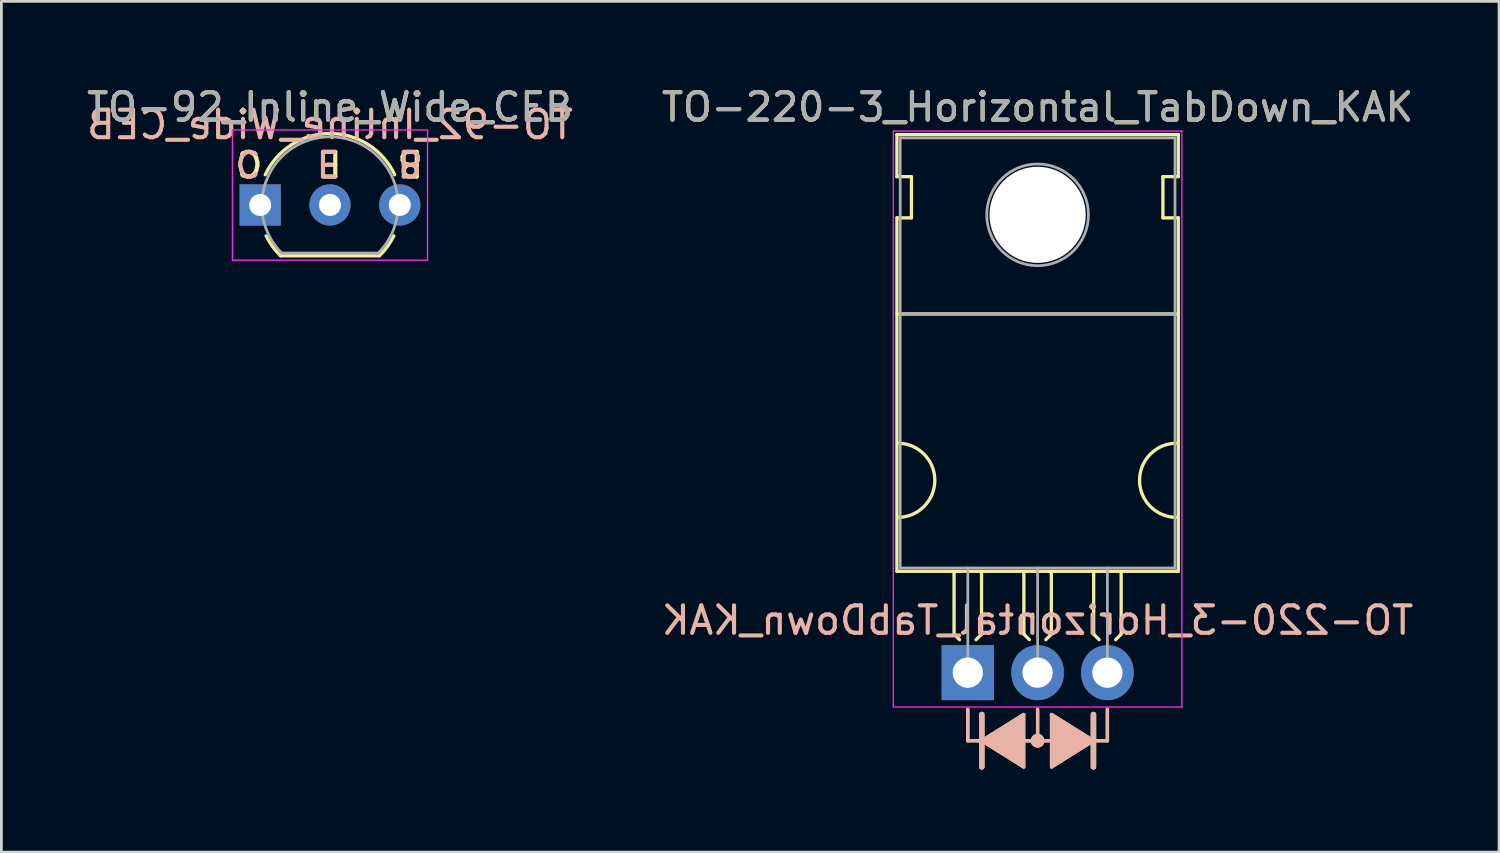
<source format=kicad_pcb>
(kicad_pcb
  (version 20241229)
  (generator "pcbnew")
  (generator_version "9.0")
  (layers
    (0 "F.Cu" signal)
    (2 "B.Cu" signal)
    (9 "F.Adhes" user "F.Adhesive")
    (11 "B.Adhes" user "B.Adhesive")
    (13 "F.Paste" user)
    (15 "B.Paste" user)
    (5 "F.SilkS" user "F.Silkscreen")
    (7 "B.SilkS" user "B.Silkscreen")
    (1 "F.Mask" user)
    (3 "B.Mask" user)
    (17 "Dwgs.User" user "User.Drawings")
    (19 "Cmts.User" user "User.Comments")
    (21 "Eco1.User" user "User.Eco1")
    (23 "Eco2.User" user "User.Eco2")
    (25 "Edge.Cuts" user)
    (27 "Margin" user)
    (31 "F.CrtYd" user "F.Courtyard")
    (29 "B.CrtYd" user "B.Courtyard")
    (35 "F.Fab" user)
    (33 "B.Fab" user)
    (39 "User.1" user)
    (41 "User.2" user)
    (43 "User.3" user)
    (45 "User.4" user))
  (footprint "TO-220-3_Horizontal_TabDown_KAK"
    (layer "F.Cu")
    (at 32.168 21.428)
    (property "Reference" "TO-220-3_Horizontal_TabDown_KAK" (at 2.54 -20.58 0) (layer "F.SilkS") (effects (font (size 1 1) (thickness 0.15))))
    (fp_line (start -2.58 -19.58) (end -2.58 -18.05) (stroke (width 0.12) (type solid)) (layer "F.SilkS"))
    (fp_line (start -2.58 -19.58) (end 7.66 -19.58) (stroke (width 0.12) (type solid)) (layer "F.SilkS"))
    (fp_line (start -2.58 -18.05) (end -2.05 -18.05) (stroke (width 0.12) (type solid)) (layer "F.SilkS"))
    (fp_line (start -2.58 -16.55) (end -2.58 -3.69) (stroke (width 0.12) (type solid)) (layer "F.SilkS"))
    (fp_line (start -2.58 -3.69) (end 7.66 -3.69) (stroke (width 0.12) (type solid)) (layer "F.SilkS"))
    (fp_line (start -2.575 -13.05) (end 7.65 -13.05) (stroke (width 0.12) (type solid)) (layer "F.SilkS"))
    (fp_line (start -2.05 -18.05) (end -2.05 -16.55) (stroke (width 0.12) (type solid)) (layer "F.SilkS"))
    (fp_line (start -2.05 -16.55) (end -2.575 -16.55) (stroke (width 0.12) (type solid)) (layer "F.SilkS"))
    (fp_line (start -0.5 -3.65) (end -0.5 -1.4) (stroke (width 0.12) (type solid)) (layer "F.SilkS"))
    (fp_line (start -0.5 -1.4) (end -0.3 -1.2) (stroke (width 0.12) (type solid)) (layer "F.SilkS"))
    (fp_line (start 0 1.333) (end 0 2.477) (stroke (width 0.12) (type solid)) (layer "F.SilkS"))
    (fp_line (start 0 2.477) (end 0.508 2.477) (stroke (width 0.12) (type solid)) (layer "F.SilkS"))
    (fp_line (start 0.5 -3.65) (end 0.5 -1.4) (stroke (width 0.12) (type solid)) (layer "F.SilkS"))
    (fp_line (start 0.5 -1.4) (end 0.3 -1.2) (stroke (width 0.12) (type solid)) (layer "F.SilkS"))
    (fp_line (start 0.508 1.524) (end 0.508 3.429) (stroke (width 0.2) (type solid)) (layer "F.SilkS"))
    (fp_line (start 0.508 2.477) (end 2.032 1.524) (stroke (width 0.12) (type solid)) (layer "F.SilkS"))
    (fp_line (start 0.508 2.477) (end 2.032 3.429) (stroke (width 0.12) (type solid)) (layer "F.SilkS"))
    (fp_line (start 2.032 1.714) (end 2.032 1.524) (stroke (width 0.12) (type solid)) (layer "F.SilkS"))
    (fp_line (start 2.032 3.429) (end 2.032 1.714) (stroke (width 0.12) (type solid)) (layer "F.SilkS"))
    (fp_line (start 2.04 -3.65) (end 2.04 -1.4) (stroke (width 0.12) (type solid)) (layer "F.SilkS"))
    (fp_line (start 2.04 -1.4) (end 2.24 -1.2) (stroke (width 0.12) (type solid)) (layer "F.SilkS"))
    (fp_line (start 2.54 1.333) (end 2.54 2.477) (stroke (width 0.12) (type solid)) (layer "F.SilkS"))
    (fp_line (start 2.54 2.477) (end 2.032 2.477) (stroke (width 0.12) (type solid)) (layer "F.SilkS"))
    (fp_line (start 2.54 2.477) (end 3.048 2.477) (stroke (width 0.12) (type solid)) (layer "F.SilkS"))
    (fp_line (start 3.04 -3.65) (end 3.04 -1.4) (stroke (width 0.12) (type solid)) (layer "F.SilkS"))
    (fp_line (start 3.04 -1.4) (end 2.84 -1.2) (stroke (width 0.12) (type solid)) (layer "F.SilkS"))
    (fp_line (start 3.048 1.524) (end 3.048 3.429) (stroke (width 0.12) (type solid)) (layer "F.SilkS"))
    (fp_line (start 3.048 3.429) (end 4.572 2.477) (stroke (width 0.12) (type solid)) (layer "F.SilkS"))
    (fp_line (start 4.572 2.477) (end 3.048 1.524) (stroke (width 0.12) (type solid)) (layer "F.SilkS"))
    (fp_line (start 4.572 3.429) (end 4.572 1.524) (stroke (width 0.2) (type solid)) (layer "F.SilkS"))
    (fp_line (start 4.58 -3.65) (end 4.58 -1.4) (stroke (width 0.12) (type solid)) (layer "F.SilkS"))
    (fp_line (start 4.58 -1.4) (end 4.78 -1.2) (stroke (width 0.12) (type solid)) (layer "F.SilkS"))
    (fp_line (start 5.08 1.333) (end 5.08 2.477) (stroke (width 0.12) (type solid)) (layer "F.SilkS"))
    (fp_line (start 5.08 2.477) (end 4.572 2.477) (stroke (width 0.12) (type solid)) (layer "F.SilkS"))
    (fp_line (start 5.58 -3.65) (end 5.58 -1.4) (stroke (width 0.12) (type solid)) (layer "F.SilkS"))
    (fp_line (start 5.58 -1.4) (end 5.38 -1.2) (stroke (width 0.12) (type solid)) (layer "F.SilkS"))
    (fp_line (start 7.1 -18.05) (end 7.66 -18.05) (stroke (width 0.12) (type solid)) (layer "F.SilkS"))
    (fp_line (start 7.1 -16.55) (end 7.1 -18.05) (stroke (width 0.12) (type solid)) (layer "F.SilkS"))
    (fp_line (start 7.66 -19.58) (end 7.66 -18.05) (stroke (width 0.12) (type solid)) (layer "F.SilkS"))
    (fp_line (start 7.66 -16.55) (end 7.1 -16.55) (stroke (width 0.12) (type solid)) (layer "F.SilkS"))
    (fp_line (start 7.66 -16.55) (end 7.66 -3.69) (stroke (width 0.12) (type solid)) (layer "F.SilkS"))
    (fp_arc (start -2.55 -8.35) (mid -1.2 -7) (end -2.55 -5.65) (stroke (width 0.12) (type solid)) (layer "F.SilkS"))
    (fp_arc (start 7.6 -5.65) (mid 6.25 -7) (end 7.6 -8.35) (stroke (width 0.12) (type solid)) (layer "F.SilkS"))
    (fp_circle (center 2.54 2.477) (end 2.54 2.54) (stroke (width 0.12) (type solid)) (fill no) (layer "F.SilkS"))
    (fp_circle (center 2.54 2.477) (end 2.54 2.603) (stroke (width 0.12) (type solid)) (fill no) (layer "F.SilkS"))
    (fp_circle (center 2.54 2.477) (end 2.54 2.667) (stroke (width 0.12) (type solid)) (fill no) (layer "F.SilkS"))
    (fp_poly (pts (xy 0.508 2.477) (xy 2.032 1.524) (xy 2.032 3.429)) (stroke (width 0.1) (type solid)) (fill yes) (layer "F.SilkS"))
    (fp_poly (pts (xy 3.048 1.524) (xy 4.572 2.477) (xy 3.048 3.429)) (stroke (width 0.1) (type solid)) (fill yes) (layer "F.SilkS"))
    (fp_line (start 0 1.333) (end 0 2.477) (stroke (width 0.12) (type solid)) (layer "B.SilkS"))
    (fp_line (start 0 2.477) (end 0.508 2.477) (stroke (width 0.12) (type solid)) (layer "B.SilkS"))
    (fp_line (start 0.508 2.477) (end 2.032 1.524) (stroke (width 0.12) (type solid)) (layer "B.SilkS"))
    (fp_line (start 0.508 3.429) (end 0.508 1.524) (stroke (width 0.2) (type solid)) (layer "B.SilkS"))
    (fp_line (start 2.032 1.524) (end 2.032 3.429) (stroke (width 0.12) (type solid)) (layer "B.SilkS"))
    (fp_line (start 2.032 3.429) (end 0.508 2.477) (stroke (width 0.12) (type solid)) (layer "B.SilkS"))
    (fp_line (start 2.54 1.333) (end 2.54 2.477) (stroke (width 0.12) (type solid)) (layer "B.SilkS"))
    (fp_line (start 2.54 2.477) (end 2.032 2.477) (stroke (width 0.12) (type solid)) (layer "B.SilkS"))
    (fp_line (start 2.54 2.477) (end 3.048 2.477) (stroke (width 0.12) (type solid)) (layer "B.SilkS"))
    (fp_line (start 3.048 1.714) (end 3.048 1.524) (stroke (width 0.12) (type solid)) (layer "B.SilkS"))
    (fp_line (start 3.048 3.429) (end 3.048 1.714) (stroke (width 0.12) (type solid)) (layer "B.SilkS"))
    (fp_line (start 4.572 1.524) (end 4.572 3.429) (stroke (width 0.2) (type solid)) (layer "B.SilkS"))
    (fp_line (start 4.572 2.477) (end 3.048 1.524) (stroke (width 0.12) (type solid)) (layer "B.SilkS"))
    (fp_line (start 4.572 2.477) (end 3.048 3.429) (stroke (width 0.12) (type solid)) (layer "B.SilkS"))
    (fp_line (start 5.08 1.333) (end 5.08 2.477) (stroke (width 0.12) (type solid)) (layer "B.SilkS"))
    (fp_line (start 5.08 2.477) (end 4.572 2.477) (stroke (width 0.12) (type solid)) (layer "B.SilkS"))
    (fp_circle (center 2.54 2.477) (end 2.54 2.54) (stroke (width 0.12) (type solid)) (fill no) (layer "B.SilkS"))
    (fp_circle (center 2.54 2.477) (end 2.54 2.603) (stroke (width 0.12) (type solid)) (fill no) (layer "B.SilkS"))
    (fp_circle (center 2.54 2.477) (end 2.54 2.667) (stroke (width 0.12) (type solid)) (fill no) (layer "B.SilkS"))
    (fp_poly (pts (xy 2.032 1.524) (xy 0.508 2.477) (xy 2.032 3.429)) (stroke (width 0.1) (type solid)) (fill yes) (layer "B.SilkS"))
    (fp_poly (pts (xy 4.572 2.477) (xy 3.048 1.524) (xy 3.048 3.429)) (stroke (width 0.1) (type solid)) (fill yes) (layer "B.SilkS"))
    (fp_line (start -2.71 -19.71) (end -2.71 1.25) (stroke (width 0.05) (type solid)) (layer "F.CrtYd"))
    (fp_line (start -2.71 1.25) (end 7.79 1.25) (stroke (width 0.05) (type solid)) (layer "F.CrtYd"))
    (fp_line (start 7.79 -19.71) (end -2.71 -19.71) (stroke (width 0.05) (type solid)) (layer "F.CrtYd"))
    (fp_line (start 7.79 1.25) (end 7.79 -19.71) (stroke (width 0.05) (type solid)) (layer "F.CrtYd"))
    (fp_line (start -2.46 -19.46) (end 7.54 -19.46) (stroke (width 0.1) (type solid)) (layer "F.Fab"))
    (fp_line (start -2.46 -13.06) (end -2.46 -19.46) (stroke (width 0.1) (type solid)) (layer "F.Fab"))
    (fp_line (start -2.46 -13.06) (end 7.54 -13.06) (stroke (width 0.1) (type solid)) (layer "F.Fab"))
    (fp_line (start -2.46 -3.81) (end -2.46 -13.06) (stroke (width 0.1) (type solid)) (layer "F.Fab"))
    (fp_line (start 0 -3.81) (end 0 0) (stroke (width 0.1) (type solid)) (layer "F.Fab"))
    (fp_line (start 2.54 -3.81) (end 2.54 0) (stroke (width 0.1) (type solid)) (layer "F.Fab"))
    (fp_line (start 5.08 -3.81) (end 5.08 0) (stroke (width 0.1) (type solid)) (layer "F.Fab"))
    (fp_line (start 7.54 -19.46) (end 7.54 -13.06) (stroke (width 0.1) (type solid)) (layer "F.Fab"))
    (fp_line (start 7.54 -13.06) (end -2.46 -13.06) (stroke (width 0.1) (type solid)) (layer "F.Fab"))
    (fp_line (start 7.54 -13.06) (end 7.54 -3.81) (stroke (width 0.1) (type solid)) (layer "F.Fab"))
    (fp_line (start 7.54 -3.81) (end -2.46 -3.81) (stroke (width 0.1) (type solid)) (layer "F.Fab"))
    (fp_circle (center 2.54 -16.66) (end 4.39 -16.66) (stroke (width 0.1) (type solid)) (fill no) (layer "F.Fab"))
    (fp_text user "${REFERENCE}" (at 2.54 -1.905 0) (layer "B.SilkS") (effects (font (size 1 1) (thickness 0.15)) (justify mirror)))
    (fp_text user "${REFERENCE}" (at 2.54 -20.58 0) (layer "F.Fab") (effects (font (size 1 1) (thickness 0.15))))
    (pad "" np_thru_hole oval (at 2.54 -16.66) (size 3.5 3.5) (drill 3.5) (layers "*.Cu" "*.Mask"))
    (pad "1" thru_hole rect (at 0 0) (size 1.905 2) (drill 1.1) (layers "*.Cu" "*.Mask"))
    (pad "2" thru_hole oval (at 2.54 0) (size 1.905 2) (drill 1.1) (layers "*.Cu" "*.Mask"))
    (pad "3" thru_hole oval (at 5.08 0) (size 1.905 2) (drill 1.1) (layers "*.Cu" "*.Mask")))
  (footprint "TO-92_Inline_Wide_CEB"
    (layer "F.Cu")
    (at 6.418 4.408)
    (property "Reference" "TO-92_Inline_Wide_CEB" (at 2.54 -3.56 0) (layer "F.SilkS") (effects (font (size 1 1) (thickness 0.15))))
    (fp_line (start 0.74 1.85) (end 4.34 1.85) (stroke (width 0.12) (type solid)) (layer "F.SilkS"))
    (fp_arc (start 0.1836 -1.098807) (mid 1.143021 -2.192817) (end 2.54 -2.6) (stroke (width 0.12) (type solid)) (layer "F.SilkS"))
    (fp_arc (start 0.74 1.85) (mid 0.446097 1.509328) (end 0.215816 1.122795) (stroke (width 0.12) (type solid)) (layer "F.SilkS"))
    (fp_arc (start 2.54 -2.6) (mid 3.936979 -2.192818) (end 4.8964 -1.098807) (stroke (width 0.12) (type solid)) (layer "F.SilkS"))
    (fp_arc (start 4.864184 1.122795) (mid 4.633903 1.509328) (end 4.34 1.85) (stroke (width 0.12) (type solid)) (layer "F.SilkS"))
    (fp_line (start -1.01 -2.73) (end -1.01 2.01) (stroke (width 0.05) (type solid)) (layer "F.CrtYd"))
    (fp_line (start -1.01 -2.73) (end 6.09 -2.73) (stroke (width 0.05) (type solid)) (layer "F.CrtYd"))
    (fp_line (start 6.09 2.01) (end -1.01 2.01) (stroke (width 0.05) (type solid)) (layer "F.CrtYd"))
    (fp_line (start 6.09 2.01) (end 6.09 -2.73) (stroke (width 0.05) (type solid)) (layer "F.CrtYd"))
    (fp_line (start 0.8 1.75) (end 4.3 1.75) (stroke (width 0.1) (type solid)) (layer "F.Fab"))
    (fp_arc (start 0.786375 1.753625) (mid 0.248779 -0.949055) (end 2.54 -2.48) (stroke (width 0.1) (type solid)) (layer "F.Fab"))
    (fp_arc (start 2.54 -2.48) (mid 4.831221 -0.949055) (end 4.293625 1.753625) (stroke (width 0.1) (type solid)) (layer "F.Fab"))
    (fp_text user "C" (at -0.381 -1.524 180) (unlocked yes) (layer "F.SilkS") (effects (font (size 0.9 0.9) (thickness 0.15))))
    (fp_text user "B" (at 5.461 -1.524 180) (unlocked yes) (layer "F.SilkS") (effects (font (size 0.9 0.9) (thickness 0.15))))
    (fp_text user "E" (at 2.54 -1.524 180) (unlocked yes) (layer "F.SilkS") (effects (font (size 0.9 0.9) (thickness 0.15))))
    (fp_text user "C" (at -0.445 -1.524 180) (unlocked yes) (layer "B.SilkS") (effects (font (size 0.9 0.9) (thickness 0.15)) (justify mirror)))
    (fp_text user "B" (at 5.461 -1.524 180) (unlocked yes) (layer "B.SilkS") (effects (font (size 0.9 0.9) (thickness 0.15)) (justify mirror)))
    (fp_text user "E" (at 2.477 -1.524 180) (unlocked yes) (layer "B.SilkS") (effects (font (size 0.9 0.9) (thickness 0.15)) (justify mirror)))
    (fp_text user "${REFERENCE}" (at 2.54 -2.921 0) (layer "B.SilkS") (effects (font (size 1 1) (thickness 0.15)) (justify mirror)))
    (fp_text user "${REFERENCE}" (at 2.54 -3.56 0) (layer "F.Fab") (effects (font (size 1 1) (thickness 0.15))))
    (pad "1" thru_hole rect (at 0 0 90) (size 1.5 1.5) (drill 0.8) (layers "*.Cu" "*.Mask"))
    (pad "2" thru_hole circle (at 2.54 0 90) (size 1.5 1.5) (drill 0.8) (layers "*.Cu" "*.Mask"))
    (pad "3" thru_hole circle (at 5.08 0 90) (size 1.5 1.5) (drill 0.8) (layers "*.Cu" "*.Mask")))
  (gr_rect
    (start -3 -3)
    (end 51.5 27.957)
    (stroke (width 0.1) (type default))
    (fill no)
    (layer "Edge.Cuts")))
</source>
